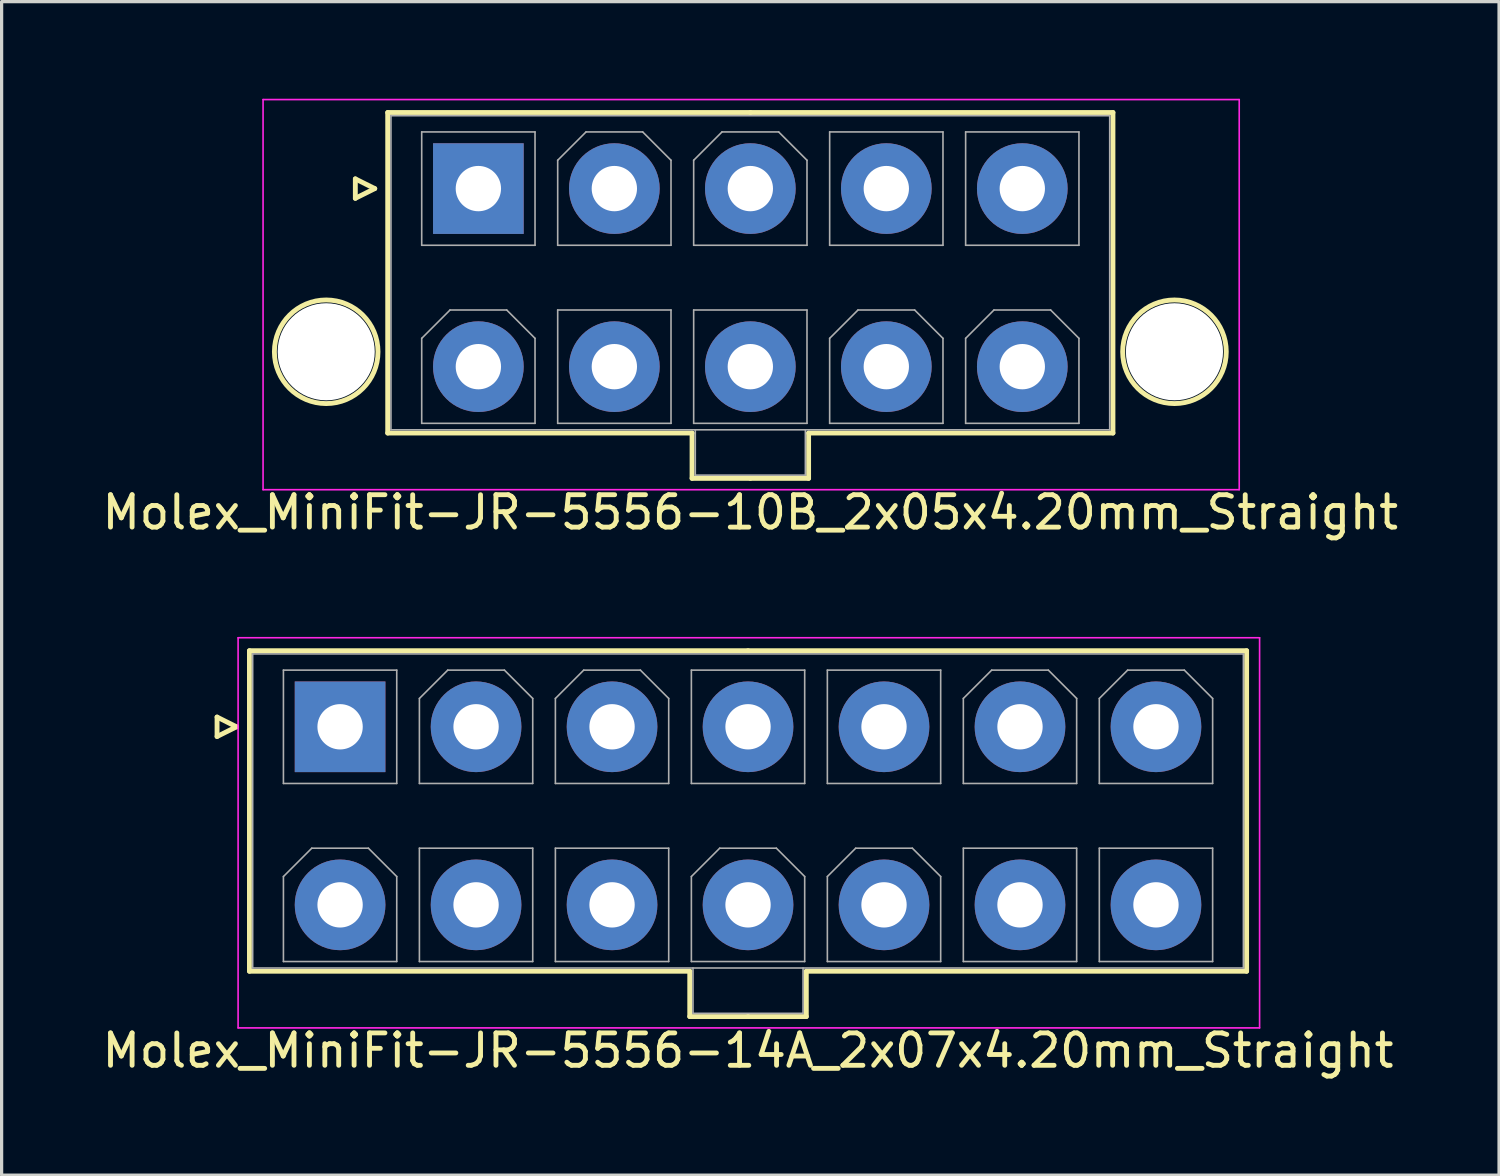
<source format=kicad_pcb>
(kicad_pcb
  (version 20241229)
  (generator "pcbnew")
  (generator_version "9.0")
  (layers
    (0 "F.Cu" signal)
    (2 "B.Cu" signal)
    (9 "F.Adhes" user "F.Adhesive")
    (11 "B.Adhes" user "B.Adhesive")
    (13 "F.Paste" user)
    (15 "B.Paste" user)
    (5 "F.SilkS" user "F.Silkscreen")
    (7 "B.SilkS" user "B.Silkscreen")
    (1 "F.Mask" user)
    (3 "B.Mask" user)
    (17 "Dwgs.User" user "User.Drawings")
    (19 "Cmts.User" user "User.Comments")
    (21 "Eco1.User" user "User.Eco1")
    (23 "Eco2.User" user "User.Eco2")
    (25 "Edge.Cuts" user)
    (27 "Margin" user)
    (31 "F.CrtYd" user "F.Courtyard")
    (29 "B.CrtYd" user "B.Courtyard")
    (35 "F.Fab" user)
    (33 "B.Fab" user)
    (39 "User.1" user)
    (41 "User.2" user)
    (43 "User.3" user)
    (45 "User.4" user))
  (footprint "Molex_MiniFit-JR-5556-10B_2x05x4.20mm_Straight"
    (layer "F.Cu")
    (at 11.725 2.775)
    (property "Reference" "Molex_MiniFit-JR-5556-10B_2x05x4.20mm_Straight" (at 8.4 10 0) (layer "F.SilkS") (effects (font (size 1 1) (thickness 0.15))))
    (attr through_hole)
    (fp_line (start -3.8 -0.3) (end -3.2 0) (stroke (width 0.15) (type solid)) (layer "F.SilkS"))
    (fp_line (start -3.8 0.3) (end -3.8 -0.3) (stroke (width 0.15) (type solid)) (layer "F.SilkS"))
    (fp_line (start -3.2 0) (end -3.8 0.3) (stroke (width 0.15) (type solid)) (layer "F.SilkS"))
    (fp_line (start -2.8 -2.35) (end -2.8 7.55) (stroke (width 0.15) (type solid)) (layer "F.SilkS"))
    (fp_line (start -2.8 7.55) (end 6.6 7.55) (stroke (width 0.15) (type solid)) (layer "F.SilkS"))
    (fp_line (start 6.6 7.55) (end 6.6 8.95) (stroke (width 0.15) (type solid)) (layer "F.SilkS"))
    (fp_line (start 6.6 8.95) (end 8.4 8.95) (stroke (width 0.15) (type solid)) (layer "F.SilkS"))
    (fp_line (start 8.4 -2.35) (end -2.8 -2.35) (stroke (width 0.15) (type solid)) (layer "F.SilkS"))
    (fp_line (start 8.4 -2.35) (end 19.6 -2.35) (stroke (width 0.15) (type solid)) (layer "F.SilkS"))
    (fp_line (start 10.2 7.55) (end 10.2 8.95) (stroke (width 0.15) (type solid)) (layer "F.SilkS"))
    (fp_line (start 10.2 8.95) (end 8.4 8.95) (stroke (width 0.15) (type solid)) (layer "F.SilkS"))
    (fp_line (start 19.6 -2.35) (end 19.6 7.55) (stroke (width 0.15) (type solid)) (layer "F.SilkS"))
    (fp_line (start 19.6 7.55) (end 10.2 7.55) (stroke (width 0.15) (type solid)) (layer "F.SilkS"))
    (fp_circle (center -4.7 5.04) (end -3.1 5.04) (stroke (width 0.15) (type solid)) (fill no) (layer "F.SilkS"))
    (fp_circle (center 21.5 5.04) (end 23.1 5.04) (stroke (width 0.15) (type solid)) (fill no) (layer "F.SilkS"))
    (fp_line (start -6.65 -2.75) (end -6.65 9.3) (stroke (width 0.05) (type solid)) (layer "F.CrtYd"))
    (fp_line (start -6.65 9.3) (end 23.5 9.3) (stroke (width 0.05) (type solid)) (layer "F.CrtYd"))
    (fp_line (start 23.5 -2.75) (end -6.65 -2.75) (stroke (width 0.05) (type solid)) (layer "F.CrtYd"))
    (fp_line (start 23.5 9.3) (end 23.5 -2.75) (stroke (width 0.05) (type solid)) (layer "F.CrtYd"))
    (fp_line (start -2.7 -2.25) (end -2.7 7.45) (stroke (width 0.05) (type solid)) (layer "F.Fab"))
    (fp_line (start -2.7 7.45) (end 19.5 7.45) (stroke (width 0.05) (type solid)) (layer "F.Fab"))
    (fp_line (start -1.75 -1.75) (end -1.75 1.75) (stroke (width 0.05) (type solid)) (layer "F.Fab"))
    (fp_line (start -1.75 1.75) (end 1.75 1.75) (stroke (width 0.05) (type solid)) (layer "F.Fab"))
    (fp_line (start -1.75 4.625) (end -0.875 3.75) (stroke (width 0.05) (type solid)) (layer "F.Fab"))
    (fp_line (start -1.75 7.25) (end -1.75 4.625) (stroke (width 0.05) (type solid)) (layer "F.Fab"))
    (fp_line (start -0.875 3.75) (end 0.875 3.75) (stroke (width 0.05) (type solid)) (layer "F.Fab"))
    (fp_line (start 0.875 3.75) (end 1.75 4.625) (stroke (width 0.05) (type solid)) (layer "F.Fab"))
    (fp_line (start 1.75 -1.75) (end -1.75 -1.75) (stroke (width 0.05) (type solid)) (layer "F.Fab"))
    (fp_line (start 1.75 1.75) (end 1.75 -1.75) (stroke (width 0.05) (type solid)) (layer "F.Fab"))
    (fp_line (start 1.75 4.625) (end 1.75 7.25) (stroke (width 0.05) (type solid)) (layer "F.Fab"))
    (fp_line (start 1.75 7.25) (end -1.75 7.25) (stroke (width 0.05) (type solid)) (layer "F.Fab"))
    (fp_line (start 2.45 -0.875) (end 3.325 -1.75) (stroke (width 0.05) (type solid)) (layer "F.Fab"))
    (fp_line (start 2.45 1.75) (end 2.45 -0.875) (stroke (width 0.05) (type solid)) (layer "F.Fab"))
    (fp_line (start 2.45 3.75) (end 2.45 7.25) (stroke (width 0.05) (type solid)) (layer "F.Fab"))
    (fp_line (start 2.45 7.25) (end 5.95 7.25) (stroke (width 0.05) (type solid)) (layer "F.Fab"))
    (fp_line (start 3.325 -1.75) (end 5.075 -1.75) (stroke (width 0.05) (type solid)) (layer "F.Fab"))
    (fp_line (start 5.075 -1.75) (end 5.95 -0.875) (stroke (width 0.05) (type solid)) (layer "F.Fab"))
    (fp_line (start 5.95 -0.875) (end 5.95 1.75) (stroke (width 0.05) (type solid)) (layer "F.Fab"))
    (fp_line (start 5.95 1.75) (end 2.45 1.75) (stroke (width 0.05) (type solid)) (layer "F.Fab"))
    (fp_line (start 5.95 3.75) (end 2.45 3.75) (stroke (width 0.05) (type solid)) (layer "F.Fab"))
    (fp_line (start 5.95 7.25) (end 5.95 3.75) (stroke (width 0.05) (type solid)) (layer "F.Fab"))
    (fp_line (start 6.65 -0.875) (end 7.525 -1.75) (stroke (width 0.05) (type solid)) (layer "F.Fab"))
    (fp_line (start 6.65 1.75) (end 6.65 -0.875) (stroke (width 0.05) (type solid)) (layer "F.Fab"))
    (fp_line (start 6.65 3.75) (end 6.65 7.25) (stroke (width 0.05) (type solid)) (layer "F.Fab"))
    (fp_line (start 6.65 7.25) (end 10.15 7.25) (stroke (width 0.05) (type solid)) (layer "F.Fab"))
    (fp_line (start 6.7 7.45) (end 6.7 8.85) (stroke (width 0.05) (type solid)) (layer "F.Fab"))
    (fp_line (start 6.7 8.85) (end 10.1 8.85) (stroke (width 0.05) (type solid)) (layer "F.Fab"))
    (fp_line (start 7.525 -1.75) (end 9.275 -1.75) (stroke (width 0.05) (type solid)) (layer "F.Fab"))
    (fp_line (start 9.275 -1.75) (end 10.15 -0.875) (stroke (width 0.05) (type solid)) (layer "F.Fab"))
    (fp_line (start 10.1 8.85) (end 10.1 7.45) (stroke (width 0.05) (type solid)) (layer "F.Fab"))
    (fp_line (start 10.15 -0.875) (end 10.15 1.75) (stroke (width 0.05) (type solid)) (layer "F.Fab"))
    (fp_line (start 10.15 1.75) (end 6.65 1.75) (stroke (width 0.05) (type solid)) (layer "F.Fab"))
    (fp_line (start 10.15 3.75) (end 6.65 3.75) (stroke (width 0.05) (type solid)) (layer "F.Fab"))
    (fp_line (start 10.15 7.25) (end 10.15 3.75) (stroke (width 0.05) (type solid)) (layer "F.Fab"))
    (fp_line (start 10.85 -1.75) (end 10.85 1.75) (stroke (width 0.05) (type solid)) (layer "F.Fab"))
    (fp_line (start 10.85 1.75) (end 14.35 1.75) (stroke (width 0.05) (type solid)) (layer "F.Fab"))
    (fp_line (start 10.85 4.625) (end 11.725 3.75) (stroke (width 0.05) (type solid)) (layer "F.Fab"))
    (fp_line (start 10.85 7.25) (end 10.85 4.625) (stroke (width 0.05) (type solid)) (layer "F.Fab"))
    (fp_line (start 11.725 3.75) (end 13.475 3.75) (stroke (width 0.05) (type solid)) (layer "F.Fab"))
    (fp_line (start 13.475 3.75) (end 14.35 4.625) (stroke (width 0.05) (type solid)) (layer "F.Fab"))
    (fp_line (start 14.35 -1.75) (end 10.85 -1.75) (stroke (width 0.05) (type solid)) (layer "F.Fab"))
    (fp_line (start 14.35 1.75) (end 14.35 -1.75) (stroke (width 0.05) (type solid)) (layer "F.Fab"))
    (fp_line (start 14.35 4.625) (end 14.35 7.25) (stroke (width 0.05) (type solid)) (layer "F.Fab"))
    (fp_line (start 14.35 7.25) (end 10.85 7.25) (stroke (width 0.05) (type solid)) (layer "F.Fab"))
    (fp_line (start 15.05 -1.75) (end 15.05 1.75) (stroke (width 0.05) (type solid)) (layer "F.Fab"))
    (fp_line (start 15.05 1.75) (end 18.55 1.75) (stroke (width 0.05) (type solid)) (layer "F.Fab"))
    (fp_line (start 15.05 4.625) (end 15.925 3.75) (stroke (width 0.05) (type solid)) (layer "F.Fab"))
    (fp_line (start 15.05 7.25) (end 15.05 4.625) (stroke (width 0.05) (type solid)) (layer "F.Fab"))
    (fp_line (start 15.925 3.75) (end 17.675 3.75) (stroke (width 0.05) (type solid)) (layer "F.Fab"))
    (fp_line (start 17.675 3.75) (end 18.55 4.625) (stroke (width 0.05) (type solid)) (layer "F.Fab"))
    (fp_line (start 18.55 -1.75) (end 15.05 -1.75) (stroke (width 0.05) (type solid)) (layer "F.Fab"))
    (fp_line (start 18.55 1.75) (end 18.55 -1.75) (stroke (width 0.05) (type solid)) (layer "F.Fab"))
    (fp_line (start 18.55 4.625) (end 18.55 7.25) (stroke (width 0.05) (type solid)) (layer "F.Fab"))
    (fp_line (start 18.55 7.25) (end 15.05 7.25) (stroke (width 0.05) (type solid)) (layer "F.Fab"))
    (fp_line (start 19.5 -2.25) (end -2.7 -2.25) (stroke (width 0.05) (type solid)) (layer "F.Fab"))
    (fp_line (start 19.5 7.45) (end 19.5 -2.25) (stroke (width 0.05) (type solid)) (layer "F.Fab"))
    (pad "" np_thru_hole circle (at -4.7 5.04) (size 3 3) (drill 3) (layers "*.Cu"))
    (pad "" np_thru_hole circle (at 21.5 5.04) (size 3 3) (drill 3) (layers "*.Cu"))
    (pad "1" thru_hole rect (at 0 0) (size 2.8 2.8) (drill 1.4) (layers "*.Cu" "*.Mask"))
    (pad "2" thru_hole circle (at 4.2 0) (size 2.8 2.8) (drill 1.4) (layers "*.Cu" "*.Mask"))
    (pad "3" thru_hole circle (at 8.4 0) (size 2.8 2.8) (drill 1.4) (layers "*.Cu" "*.Mask"))
    (pad "4" thru_hole circle (at 12.6 0) (size 2.8 2.8) (drill 1.4) (layers "*.Cu" "*.Mask"))
    (pad "5" thru_hole circle (at 16.8 0) (size 2.8 2.8) (drill 1.4) (layers "*.Cu" "*.Mask"))
    (pad "6" thru_hole circle (at 0 5.5) (size 2.8 2.8) (drill 1.4) (layers "*.Cu" "*.Mask"))
    (pad "7" thru_hole circle (at 4.2 5.5) (size 2.8 2.8) (drill 1.4) (layers "*.Cu" "*.Mask"))
    (pad "8" thru_hole circle (at 8.4 5.5) (size 2.8 2.8) (drill 1.4) (layers "*.Cu" "*.Mask"))
    (pad "9" thru_hole circle (at 12.6 5.5) (size 2.8 2.8) (drill 1.4) (layers "*.Cu" "*.Mask"))
    (pad "10" thru_hole circle (at 16.8 5.5) (size 2.8 2.8) (drill 1.4) (layers "*.Cu" "*.Mask")))
  (footprint "Molex_MiniFit-JR-5556-14A_2x07x4.20mm_Straight"
    (layer "F.Cu")
    (at 7.454 19.398)
    (property "Reference" "Molex_MiniFit-JR-5556-14A_2x07x4.20mm_Straight" (at 12.6 10 0) (layer "F.SilkS") (effects (font (size 1 1) (thickness 0.15))))
    (attr through_hole)
    (fp_line (start -3.8 -0.3) (end -3.2 0) (stroke (width 0.15) (type solid)) (layer "F.SilkS"))
    (fp_line (start -3.8 0.3) (end -3.8 -0.3) (stroke (width 0.15) (type solid)) (layer "F.SilkS"))
    (fp_line (start -3.2 0) (end -3.8 0.3) (stroke (width 0.15) (type solid)) (layer "F.SilkS"))
    (fp_line (start -2.8 -2.35) (end -2.8 7.55) (stroke (width 0.15) (type solid)) (layer "F.SilkS"))
    (fp_line (start -2.8 7.55) (end 10.8 7.55) (stroke (width 0.15) (type solid)) (layer "F.SilkS"))
    (fp_line (start 10.8 7.55) (end 10.8 8.95) (stroke (width 0.15) (type solid)) (layer "F.SilkS"))
    (fp_line (start 10.8 8.95) (end 12.6 8.95) (stroke (width 0.15) (type solid)) (layer "F.SilkS"))
    (fp_line (start 12.6 -2.35) (end -2.8 -2.35) (stroke (width 0.15) (type solid)) (layer "F.SilkS"))
    (fp_line (start 12.6 -2.35) (end 28 -2.35) (stroke (width 0.15) (type solid)) (layer "F.SilkS"))
    (fp_line (start 14.4 7.55) (end 14.4 8.95) (stroke (width 0.15) (type solid)) (layer "F.SilkS"))
    (fp_line (start 14.4 8.95) (end 12.6 8.95) (stroke (width 0.15) (type solid)) (layer "F.SilkS"))
    (fp_line (start 28 -2.35) (end 28 7.55) (stroke (width 0.15) (type solid)) (layer "F.SilkS"))
    (fp_line (start 28 7.55) (end 14.4 7.55) (stroke (width 0.15) (type solid)) (layer "F.SilkS"))
    (fp_line (start -3.15 -2.75) (end -3.15 9.3) (stroke (width 0.05) (type solid)) (layer "F.CrtYd"))
    (fp_line (start -3.15 9.3) (end 28.4 9.3) (stroke (width 0.05) (type solid)) (layer "F.CrtYd"))
    (fp_line (start 28.4 -2.75) (end -3.15 -2.75) (stroke (width 0.05) (type solid)) (layer "F.CrtYd"))
    (fp_line (start 28.4 9.3) (end 28.4 -2.75) (stroke (width 0.05) (type solid)) (layer "F.CrtYd"))
    (fp_line (start -2.7 -2.25) (end -2.7 7.45) (stroke (width 0.05) (type solid)) (layer "F.Fab"))
    (fp_line (start -2.7 7.45) (end 27.9 7.45) (stroke (width 0.05) (type solid)) (layer "F.Fab"))
    (fp_line (start -1.75 -1.75) (end -1.75 1.75) (stroke (width 0.05) (type solid)) (layer "F.Fab"))
    (fp_line (start -1.75 1.75) (end 1.75 1.75) (stroke (width 0.05) (type solid)) (layer "F.Fab"))
    (fp_line (start -1.75 4.625) (end -0.875 3.75) (stroke (width 0.05) (type solid)) (layer "F.Fab"))
    (fp_line (start -1.75 7.25) (end -1.75 4.625) (stroke (width 0.05) (type solid)) (layer "F.Fab"))
    (fp_line (start -0.875 3.75) (end 0.875 3.75) (stroke (width 0.05) (type solid)) (layer "F.Fab"))
    (fp_line (start 0.875 3.75) (end 1.75 4.625) (stroke (width 0.05) (type solid)) (layer "F.Fab"))
    (fp_line (start 1.75 -1.75) (end -1.75 -1.75) (stroke (width 0.05) (type solid)) (layer "F.Fab"))
    (fp_line (start 1.75 1.75) (end 1.75 -1.75) (stroke (width 0.05) (type solid)) (layer "F.Fab"))
    (fp_line (start 1.75 4.625) (end 1.75 7.25) (stroke (width 0.05) (type solid)) (layer "F.Fab"))
    (fp_line (start 1.75 7.25) (end -1.75 7.25) (stroke (width 0.05) (type solid)) (layer "F.Fab"))
    (fp_line (start 2.45 -0.875) (end 3.325 -1.75) (stroke (width 0.05) (type solid)) (layer "F.Fab"))
    (fp_line (start 2.45 1.75) (end 2.45 -0.875) (stroke (width 0.05) (type solid)) (layer "F.Fab"))
    (fp_line (start 2.45 3.75) (end 2.45 7.25) (stroke (width 0.05) (type solid)) (layer "F.Fab"))
    (fp_line (start 2.45 7.25) (end 5.95 7.25) (stroke (width 0.05) (type solid)) (layer "F.Fab"))
    (fp_line (start 3.325 -1.75) (end 5.075 -1.75) (stroke (width 0.05) (type solid)) (layer "F.Fab"))
    (fp_line (start 5.075 -1.75) (end 5.95 -0.875) (stroke (width 0.05) (type solid)) (layer "F.Fab"))
    (fp_line (start 5.95 -0.875) (end 5.95 1.75) (stroke (width 0.05) (type solid)) (layer "F.Fab"))
    (fp_line (start 5.95 1.75) (end 2.45 1.75) (stroke (width 0.05) (type solid)) (layer "F.Fab"))
    (fp_line (start 5.95 3.75) (end 2.45 3.75) (stroke (width 0.05) (type solid)) (layer "F.Fab"))
    (fp_line (start 5.95 7.25) (end 5.95 3.75) (stroke (width 0.05) (type solid)) (layer "F.Fab"))
    (fp_line (start 6.65 -0.875) (end 7.525 -1.75) (stroke (width 0.05) (type solid)) (layer "F.Fab"))
    (fp_line (start 6.65 1.75) (end 6.65 -0.875) (stroke (width 0.05) (type solid)) (layer "F.Fab"))
    (fp_line (start 6.65 3.75) (end 6.65 7.25) (stroke (width 0.05) (type solid)) (layer "F.Fab"))
    (fp_line (start 6.65 7.25) (end 10.15 7.25) (stroke (width 0.05) (type solid)) (layer "F.Fab"))
    (fp_line (start 7.525 -1.75) (end 9.275 -1.75) (stroke (width 0.05) (type solid)) (layer "F.Fab"))
    (fp_line (start 9.275 -1.75) (end 10.15 -0.875) (stroke (width 0.05) (type solid)) (layer "F.Fab"))
    (fp_line (start 10.15 -0.875) (end 10.15 1.75) (stroke (width 0.05) (type solid)) (layer "F.Fab"))
    (fp_line (start 10.15 1.75) (end 6.65 1.75) (stroke (width 0.05) (type solid)) (layer "F.Fab"))
    (fp_line (start 10.15 3.75) (end 6.65 3.75) (stroke (width 0.05) (type solid)) (layer "F.Fab"))
    (fp_line (start 10.15 7.25) (end 10.15 3.75) (stroke (width 0.05) (type solid)) (layer "F.Fab"))
    (fp_line (start 10.85 -1.75) (end 10.85 1.75) (stroke (width 0.05) (type solid)) (layer "F.Fab"))
    (fp_line (start 10.85 1.75) (end 14.35 1.75) (stroke (width 0.05) (type solid)) (layer "F.Fab"))
    (fp_line (start 10.85 4.625) (end 11.725 3.75) (stroke (width 0.05) (type solid)) (layer "F.Fab"))
    (fp_line (start 10.85 7.25) (end 10.85 4.625) (stroke (width 0.05) (type solid)) (layer "F.Fab"))
    (fp_line (start 10.9 7.45) (end 10.9 8.85) (stroke (width 0.05) (type solid)) (layer "F.Fab"))
    (fp_line (start 10.9 8.85) (end 14.3 8.85) (stroke (width 0.05) (type solid)) (layer "F.Fab"))
    (fp_line (start 11.725 3.75) (end 13.475 3.75) (stroke (width 0.05) (type solid)) (layer "F.Fab"))
    (fp_line (start 13.475 3.75) (end 14.35 4.625) (stroke (width 0.05) (type solid)) (layer "F.Fab"))
    (fp_line (start 14.3 8.85) (end 14.3 7.45) (stroke (width 0.05) (type solid)) (layer "F.Fab"))
    (fp_line (start 14.35 -1.75) (end 10.85 -1.75) (stroke (width 0.05) (type solid)) (layer "F.Fab"))
    (fp_line (start 14.35 1.75) (end 14.35 -1.75) (stroke (width 0.05) (type solid)) (layer "F.Fab"))
    (fp_line (start 14.35 4.625) (end 14.35 7.25) (stroke (width 0.05) (type solid)) (layer "F.Fab"))
    (fp_line (start 14.35 7.25) (end 10.85 7.25) (stroke (width 0.05) (type solid)) (layer "F.Fab"))
    (fp_line (start 15.05 -1.75) (end 15.05 1.75) (stroke (width 0.05) (type solid)) (layer "F.Fab"))
    (fp_line (start 15.05 1.75) (end 18.55 1.75) (stroke (width 0.05) (type solid)) (layer "F.Fab"))
    (fp_line (start 15.05 4.625) (end 15.925 3.75) (stroke (width 0.05) (type solid)) (layer "F.Fab"))
    (fp_line (start 15.05 7.25) (end 15.05 4.625) (stroke (width 0.05) (type solid)) (layer "F.Fab"))
    (fp_line (start 15.925 3.75) (end 17.675 3.75) (stroke (width 0.05) (type solid)) (layer "F.Fab"))
    (fp_line (start 17.675 3.75) (end 18.55 4.625) (stroke (width 0.05) (type solid)) (layer "F.Fab"))
    (fp_line (start 18.55 -1.75) (end 15.05 -1.75) (stroke (width 0.05) (type solid)) (layer "F.Fab"))
    (fp_line (start 18.55 1.75) (end 18.55 -1.75) (stroke (width 0.05) (type solid)) (layer "F.Fab"))
    (fp_line (start 18.55 4.625) (end 18.55 7.25) (stroke (width 0.05) (type solid)) (layer "F.Fab"))
    (fp_line (start 18.55 7.25) (end 15.05 7.25) (stroke (width 0.05) (type solid)) (layer "F.Fab"))
    (fp_line (start 19.25 -0.875) (end 20.125 -1.75) (stroke (width 0.05) (type solid)) (layer "F.Fab"))
    (fp_line (start 19.25 1.75) (end 19.25 -0.875) (stroke (width 0.05) (type solid)) (layer "F.Fab"))
    (fp_line (start 19.25 3.75) (end 19.25 7.25) (stroke (width 0.05) (type solid)) (layer "F.Fab"))
    (fp_line (start 19.25 7.25) (end 22.75 7.25) (stroke (width 0.05) (type solid)) (layer "F.Fab"))
    (fp_line (start 20.125 -1.75) (end 21.875 -1.75) (stroke (width 0.05) (type solid)) (layer "F.Fab"))
    (fp_line (start 21.875 -1.75) (end 22.75 -0.875) (stroke (width 0.05) (type solid)) (layer "F.Fab"))
    (fp_line (start 22.75 -0.875) (end 22.75 1.75) (stroke (width 0.05) (type solid)) (layer "F.Fab"))
    (fp_line (start 22.75 1.75) (end 19.25 1.75) (stroke (width 0.05) (type solid)) (layer "F.Fab"))
    (fp_line (start 22.75 3.75) (end 19.25 3.75) (stroke (width 0.05) (type solid)) (layer "F.Fab"))
    (fp_line (start 22.75 7.25) (end 22.75 3.75) (stroke (width 0.05) (type solid)) (layer "F.Fab"))
    (fp_line (start 23.45 -0.875) (end 24.325 -1.75) (stroke (width 0.05) (type solid)) (layer "F.Fab"))
    (fp_line (start 23.45 1.75) (end 23.45 -0.875) (stroke (width 0.05) (type solid)) (layer "F.Fab"))
    (fp_line (start 23.45 3.75) (end 23.45 7.25) (stroke (width 0.05) (type solid)) (layer "F.Fab"))
    (fp_line (start 23.45 7.25) (end 26.95 7.25) (stroke (width 0.05) (type solid)) (layer "F.Fab"))
    (fp_line (start 24.325 -1.75) (end 26.075 -1.75) (stroke (width 0.05) (type solid)) (layer "F.Fab"))
    (fp_line (start 26.075 -1.75) (end 26.95 -0.875) (stroke (width 0.05) (type solid)) (layer "F.Fab"))
    (fp_line (start 26.95 -0.875) (end 26.95 1.75) (stroke (width 0.05) (type solid)) (layer "F.Fab"))
    (fp_line (start 26.95 1.75) (end 23.45 1.75) (stroke (width 0.05) (type solid)) (layer "F.Fab"))
    (fp_line (start 26.95 3.75) (end 23.45 3.75) (stroke (width 0.05) (type solid)) (layer "F.Fab"))
    (fp_line (start 26.95 7.25) (end 26.95 3.75) (stroke (width 0.05) (type solid)) (layer "F.Fab"))
    (fp_line (start 27.9 -2.25) (end -2.7 -2.25) (stroke (width 0.05) (type solid)) (layer "F.Fab"))
    (fp_line (start 27.9 7.45) (end 27.9 -2.25) (stroke (width 0.05) (type solid)) (layer "F.Fab"))
    (pad "1" thru_hole rect (at 0 0) (size 2.8 2.8) (drill 1.4) (layers "*.Cu" "*.Mask"))
    (pad "2" thru_hole circle (at 4.2 0) (size 2.8 2.8) (drill 1.4) (layers "*.Cu" "*.Mask"))
    (pad "3" thru_hole circle (at 8.4 0) (size 2.8 2.8) (drill 1.4) (layers "*.Cu" "*.Mask"))
    (pad "4" thru_hole circle (at 12.6 0) (size 2.8 2.8) (drill 1.4) (layers "*.Cu" "*.Mask"))
    (pad "5" thru_hole circle (at 16.8 0) (size 2.8 2.8) (drill 1.4) (layers "*.Cu" "*.Mask"))
    (pad "6" thru_hole circle (at 21 0) (size 2.8 2.8) (drill 1.4) (layers "*.Cu" "*.Mask"))
    (pad "7" thru_hole circle (at 25.2 0) (size 2.8 2.8) (drill 1.4) (layers "*.Cu" "*.Mask"))
    (pad "8" thru_hole circle (at 0 5.5) (size 2.8 2.8) (drill 1.4) (layers "*.Cu" "*.Mask"))
    (pad "9" thru_hole circle (at 4.2 5.5) (size 2.8 2.8) (drill 1.4) (layers "*.Cu" "*.Mask"))
    (pad "10" thru_hole circle (at 8.4 5.5) (size 2.8 2.8) (drill 1.4) (layers "*.Cu" "*.Mask"))
    (pad "11" thru_hole circle (at 12.6 5.5) (size 2.8 2.8) (drill 1.4) (layers "*.Cu" "*.Mask"))
    (pad "12" thru_hole circle (at 16.8 5.5) (size 2.8 2.8) (drill 1.4) (layers "*.Cu" "*.Mask"))
    (pad "13" thru_hole circle (at 21 5.5) (size 2.8 2.8) (drill 1.4) (layers "*.Cu" "*.Mask"))
    (pad "14" thru_hole circle (at 25.2 5.5) (size 2.8 2.8) (drill 1.4) (layers "*.Cu" "*.Mask")))
  (gr_rect
    (start -3 -3)
    (end 43.25 33.246)
    (stroke (width 0.1) (type default))
    (fill no)
    (layer "Edge.Cuts")))
</source>
